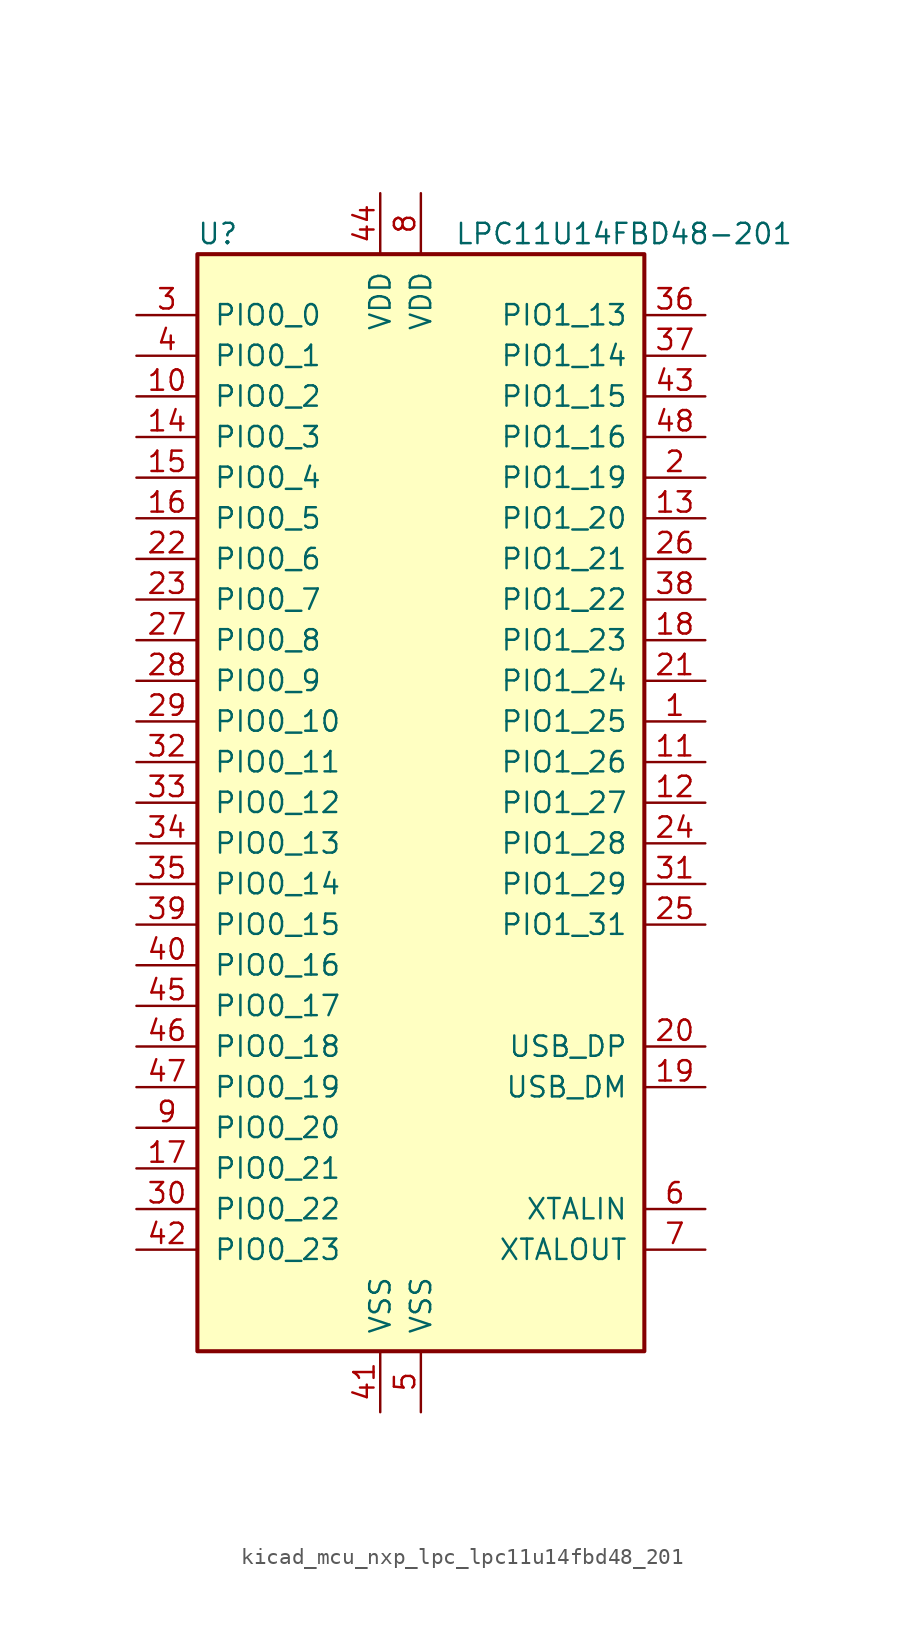
<source format=kicad_sym>
(kicad_symbol_lib
  (version 20220914)
  (generator kicad_symbol_editor)
  (symbol "kicad_mcu_nxp_lpc_lpc11u14fbd48_201"
    (pin_names
      (offset 1.016))
    (property "Reference" "U"
      (at -12.7 35.56 0)
      (effects (font (size 1.27 1.27))))
    (property "Value" "LPC11U14FBD48-201"
      (at 12.7 35.56 0)
      (effects (font (size 1.27 1.27))))
    (symbol "kicad_mcu_nxp_lpc_lpc11u14fbd48_201_0_1"
      (rectangle (start -13.97 34.29) (end 13.97 -34.29) (stroke (width 0.254) (type default)) (fill (type background))))
    (symbol "kicad_mcu_nxp_lpc_lpc11u14fbd48_201_1_1"
      (pin bidirectional line (at 17.78 5.08 180) (length 3.81) (name "PIO1_25" (effects (font (size 1.27 1.27)))) (number "1" (effects (font (size 1.27 1.27)))))
      (pin bidirectional line (at -17.78 25.4 0) (length 3.81) (name "PIO0_2" (effects (font (size 1.27 1.27)))) (number "10" (effects (font (size 1.27 1.27)))))
      (pin bidirectional line (at 17.78 2.54 180) (length 3.81) (name "PIO1_26" (effects (font (size 1.27 1.27)))) (number "11" (effects (font (size 1.27 1.27)))))
      (pin bidirectional line (at 17.78 0 180) (length 3.81) (name "PIO1_27" (effects (font (size 1.27 1.27)))) (number "12" (effects (font (size 1.27 1.27)))))
      (pin bidirectional line (at 17.78 17.78 180) (length 3.81) (name "PIO1_20" (effects (font (size 1.27 1.27)))) (number "13" (effects (font (size 1.27 1.27)))))
      (pin bidirectional line (at -17.78 22.86 0) (length 3.81) (name "PIO0_3" (effects (font (size 1.27 1.27)))) (number "14" (effects (font (size 1.27 1.27)))))
      (pin bidirectional line (at -17.78 20.32 0) (length 3.81) (name "PIO0_4" (effects (font (size 1.27 1.27)))) (number "15" (effects (font (size 1.27 1.27)))))
      (pin bidirectional line (at -17.78 17.78 0) (length 3.81) (name "PIO0_5" (effects (font (size 1.27 1.27)))) (number "16" (effects (font (size 1.27 1.27)))))
      (pin bidirectional line (at -17.78 -22.86 0) (length 3.81) (name "PIO0_21" (effects (font (size 1.27 1.27)))) (number "17" (effects (font (size 1.27 1.27)))))
      (pin bidirectional line (at 17.78 10.16 180) (length 3.81) (name "PIO1_23" (effects (font (size 1.27 1.27)))) (number "18" (effects (font (size 1.27 1.27)))))
      (pin bidirectional line (at 17.78 -17.78 180) (length 3.81) (name "USB_DM" (effects (font (size 1.27 1.27)))) (number "19" (effects (font (size 1.27 1.27)))))
      (pin bidirectional line (at 17.78 20.32 180) (length 3.81) (name "PIO1_19" (effects (font (size 1.27 1.27)))) (number "2" (effects (font (size 1.27 1.27)))))
      (pin bidirectional line (at 17.78 -15.24 180) (length 3.81) (name "USB_DP" (effects (font (size 1.27 1.27)))) (number "20" (effects (font (size 1.27 1.27)))))
      (pin bidirectional line (at 17.78 7.62 180) (length 3.81) (name "PIO1_24" (effects (font (size 1.27 1.27)))) (number "21" (effects (font (size 1.27 1.27)))))
      (pin bidirectional line (at -17.78 15.24 0) (length 3.81) (name "PIO0_6" (effects (font (size 1.27 1.27)))) (number "22" (effects (font (size 1.27 1.27)))))
      (pin bidirectional line (at -17.78 12.7 0) (length 3.81) (name "PIO0_7" (effects (font (size 1.27 1.27)))) (number "23" (effects (font (size 1.27 1.27)))))
      (pin bidirectional line (at 17.78 -2.54 180) (length 3.81) (name "PIO1_28" (effects (font (size 1.27 1.27)))) (number "24" (effects (font (size 1.27 1.27)))))
      (pin bidirectional line (at 17.78 -7.62 180) (length 3.81) (name "PIO1_31" (effects (font (size 1.27 1.27)))) (number "25" (effects (font (size 1.27 1.27)))))
      (pin bidirectional line (at 17.78 15.24 180) (length 3.81) (name "PIO1_21" (effects (font (size 1.27 1.27)))) (number "26" (effects (font (size 1.27 1.27)))))
      (pin bidirectional line (at -17.78 10.16 0) (length 3.81) (name "PIO0_8" (effects (font (size 1.27 1.27)))) (number "27" (effects (font (size 1.27 1.27)))))
      (pin bidirectional line (at -17.78 7.62 0) (length 3.81) (name "PIO0_9" (effects (font (size 1.27 1.27)))) (number "28" (effects (font (size 1.27 1.27)))))
      (pin bidirectional line (at -17.78 5.08 0) (length 3.81) (name "PIO0_10" (effects (font (size 1.27 1.27)))) (number "29" (effects (font (size 1.27 1.27)))))
      (pin bidirectional line (at -17.78 30.48 0) (length 3.81) (name "PIO0_0" (effects (font (size 1.27 1.27)))) (number "3" (effects (font (size 1.27 1.27)))))
      (pin bidirectional line (at -17.78 -25.4 0) (length 3.81) (name "PIO0_22" (effects (font (size 1.27 1.27)))) (number "30" (effects (font (size 1.27 1.27)))))
      (pin bidirectional line (at 17.78 -5.08 180) (length 3.81) (name "PIO1_29" (effects (font (size 1.27 1.27)))) (number "31" (effects (font (size 1.27 1.27)))))
      (pin bidirectional line (at -17.78 2.54 0) (length 3.81) (name "PIO0_11" (effects (font (size 1.27 1.27)))) (number "32" (effects (font (size 1.27 1.27)))))
      (pin bidirectional line (at -17.78 0 0) (length 3.81) (name "PIO0_12" (effects (font (size 1.27 1.27)))) (number "33" (effects (font (size 1.27 1.27)))))
      (pin bidirectional line (at -17.78 -2.54 0) (length 3.81) (name "PIO0_13" (effects (font (size 1.27 1.27)))) (number "34" (effects (font (size 1.27 1.27)))))
      (pin bidirectional line (at -17.78 -5.08 0) (length 3.81) (name "PIO0_14" (effects (font (size 1.27 1.27)))) (number "35" (effects (font (size 1.27 1.27)))))
      (pin bidirectional line (at 17.78 30.48 180) (length 3.81) (name "PIO1_13" (effects (font (size 1.27 1.27)))) (number "36" (effects (font (size 1.27 1.27)))))
      (pin bidirectional line (at 17.78 27.94 180) (length 3.81) (name "PIO1_14" (effects (font (size 1.27 1.27)))) (number "37" (effects (font (size 1.27 1.27)))))
      (pin bidirectional line (at 17.78 12.7 180) (length 3.81) (name "PIO1_22" (effects (font (size 1.27 1.27)))) (number "38" (effects (font (size 1.27 1.27)))))
      (pin bidirectional line (at -17.78 -7.62 0) (length 3.81) (name "PIO0_15" (effects (font (size 1.27 1.27)))) (number "39" (effects (font (size 1.27 1.27)))))
      (pin bidirectional line (at -17.78 27.94 0) (length 3.81) (name "PIO0_1" (effects (font (size 1.27 1.27)))) (number "4" (effects (font (size 1.27 1.27)))))
      (pin bidirectional line (at -17.78 -10.16 0) (length 3.81) (name "PIO0_16" (effects (font (size 1.27 1.27)))) (number "40" (effects (font (size 1.27 1.27)))))
      (pin power_in line (at -2.54 -38.1 90) (length 3.81) (name "VSS" (effects (font (size 1.27 1.27)))) (number "41" (effects (font (size 1.27 1.27)))))
      (pin bidirectional line (at -17.78 -27.94 0) (length 3.81) (name "PIO0_23" (effects (font (size 1.27 1.27)))) (number "42" (effects (font (size 1.27 1.27)))))
      (pin bidirectional line (at 17.78 25.4 180) (length 3.81) (name "PIO1_15" (effects (font (size 1.27 1.27)))) (number "43" (effects (font (size 1.27 1.27)))))
      (pin power_in line (at -2.54 38.1 270) (length 3.81) (name "VDD" (effects (font (size 1.27 1.27)))) (number "44" (effects (font (size 1.27 1.27)))))
      (pin bidirectional line (at -17.78 -12.7 0) (length 3.81) (name "PIO0_17" (effects (font (size 1.27 1.27)))) (number "45" (effects (font (size 1.27 1.27)))))
      (pin bidirectional line (at -17.78 -15.24 0) (length 3.81) (name "PIO0_18" (effects (font (size 1.27 1.27)))) (number "46" (effects (font (size 1.27 1.27)))))
      (pin bidirectional line (at -17.78 -17.78 0) (length 3.81) (name "PIO0_19" (effects (font (size 1.27 1.27)))) (number "47" (effects (font (size 1.27 1.27)))))
      (pin bidirectional line (at 17.78 22.86 180) (length 3.81) (name "PIO1_16" (effects (font (size 1.27 1.27)))) (number "48" (effects (font (size 1.27 1.27)))))
      (pin power_in line (at 0 -38.1 90) (length 3.81) (name "VSS" (effects (font (size 1.27 1.27)))) (number "5" (effects (font (size 1.27 1.27)))))
      (pin input line (at 17.78 -25.4 180) (length 3.81) (name "XTALIN" (effects (font (size 1.27 1.27)))) (number "6" (effects (font (size 1.27 1.27)))))
      (pin output line (at 17.78 -27.94 180) (length 3.81) (name "XTALOUT" (effects (font (size 1.27 1.27)))) (number "7" (effects (font (size 1.27 1.27)))))
      (pin power_in line (at 0 38.1 270) (length 3.81) (name "VDD" (effects (font (size 1.27 1.27)))) (number "8" (effects (font (size 1.27 1.27)))))
      (pin bidirectional line (at -17.78 -20.32 0) (length 3.81) (name "PIO0_20" (effects (font (size 1.27 1.27)))) (number "9" (effects (font (size 1.27 1.27))))))))
</source>
